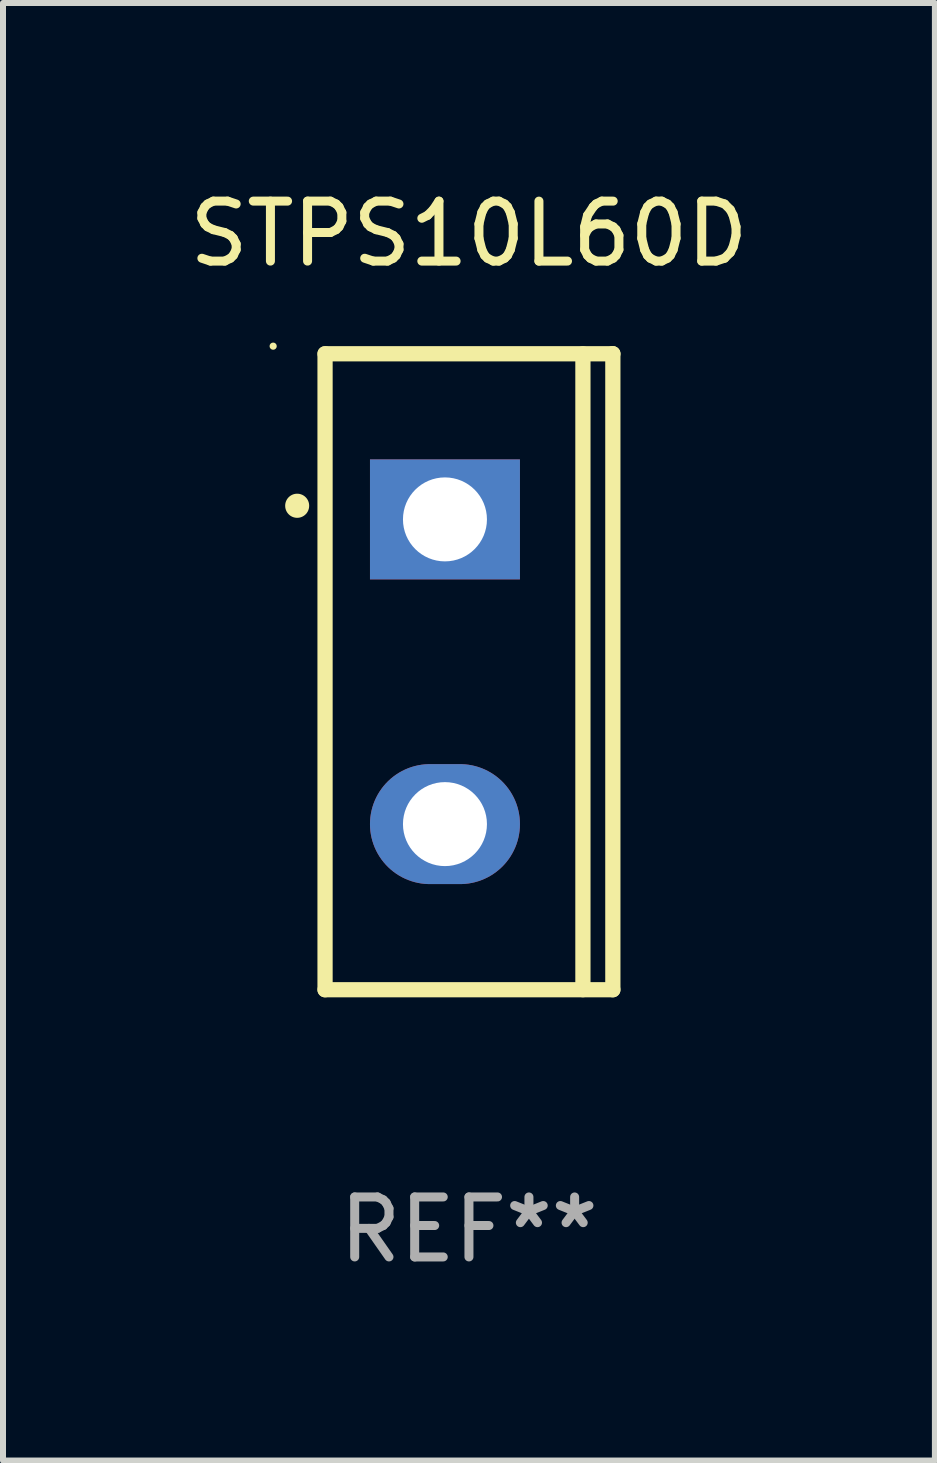
<source format=kicad_pcb>
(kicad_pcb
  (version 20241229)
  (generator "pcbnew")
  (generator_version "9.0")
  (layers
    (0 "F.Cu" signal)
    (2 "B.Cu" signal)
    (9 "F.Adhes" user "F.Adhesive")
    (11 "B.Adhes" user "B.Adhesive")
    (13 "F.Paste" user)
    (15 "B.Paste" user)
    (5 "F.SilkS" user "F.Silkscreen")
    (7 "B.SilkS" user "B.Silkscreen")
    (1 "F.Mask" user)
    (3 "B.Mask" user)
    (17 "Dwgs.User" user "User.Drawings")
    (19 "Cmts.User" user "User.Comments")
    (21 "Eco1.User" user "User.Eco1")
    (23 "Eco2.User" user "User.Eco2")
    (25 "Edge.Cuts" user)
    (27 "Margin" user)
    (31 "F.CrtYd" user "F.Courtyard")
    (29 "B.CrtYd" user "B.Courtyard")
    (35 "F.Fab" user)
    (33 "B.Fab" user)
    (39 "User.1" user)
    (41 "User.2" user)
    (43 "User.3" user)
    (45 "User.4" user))
  (footprint "STPS10L60D"
    (layer "F.Cu")
    (at 4.768 8.149)
    (property "Reference" "STPS10L60D" (at 0 -7.301 0) (layer "F.SilkS") (effects (font (size 1 1) (thickness 0.15))))
    (attr through_hole)
    (fp_line (start -2.399 -5.301) (end 2.394 -5.301) (stroke (width 0.254) (type solid)) (layer "F.SilkS"))
    (fp_line (start -2.399 5.301) (end -2.399 -5.301) (stroke (width 0.254) (type solid)) (layer "F.SilkS"))
    (fp_line (start 1.9 5.3) (end 1.9 -5.3) (stroke (width 0.254) (type solid)) (layer "F.SilkS"))
    (fp_line (start 2.394 -5.301) (end 2.399 -5.301) (stroke (width 0.254) (type solid)) (layer "F.SilkS"))
    (fp_line (start 2.399 -5.301) (end 2.399 5.301) (stroke (width 0.254) (type solid)) (layer "F.SilkS"))
    (fp_line (start 2.399 5.301) (end -2.399 5.301) (stroke (width 0.254) (type solid)) (layer "F.SilkS"))
    (fp_arc (start -2.863843 -2.766066) (mid -2.863847 -2.767336) (end -2.863843 -2.768606) (stroke (width 0.4) (type solid)) (layer "F.SilkS"))
    (fp_circle (center -3.264 -5.428) (end -3.234 -5.428) (stroke (width 0.06) (type solid)) (fill no) (layer "F.SilkS"))
    (fp_text user "REF**" (at 0 9.301 0) (layer "F.Fab") (effects (font (size 1 1) (thickness 0.15))))
    (pad "1" thru_hole rect (at -0.4 -2.54 270) (size 2 2.5) (drill 1.4) (layers "*.Cu" "*.Mask"))
    (pad "2" thru_hole oval (at -0.4 2.54 270) (size 2 2.5) (drill 1.4) (layers "*.Cu" "*.Mask")))
  (gr_rect
    (start -3 -3)
    (end 12.536 21.299)
    (stroke (width 0.1) (type default))
    (fill no)
    (layer "Edge.Cuts")))
</source>
